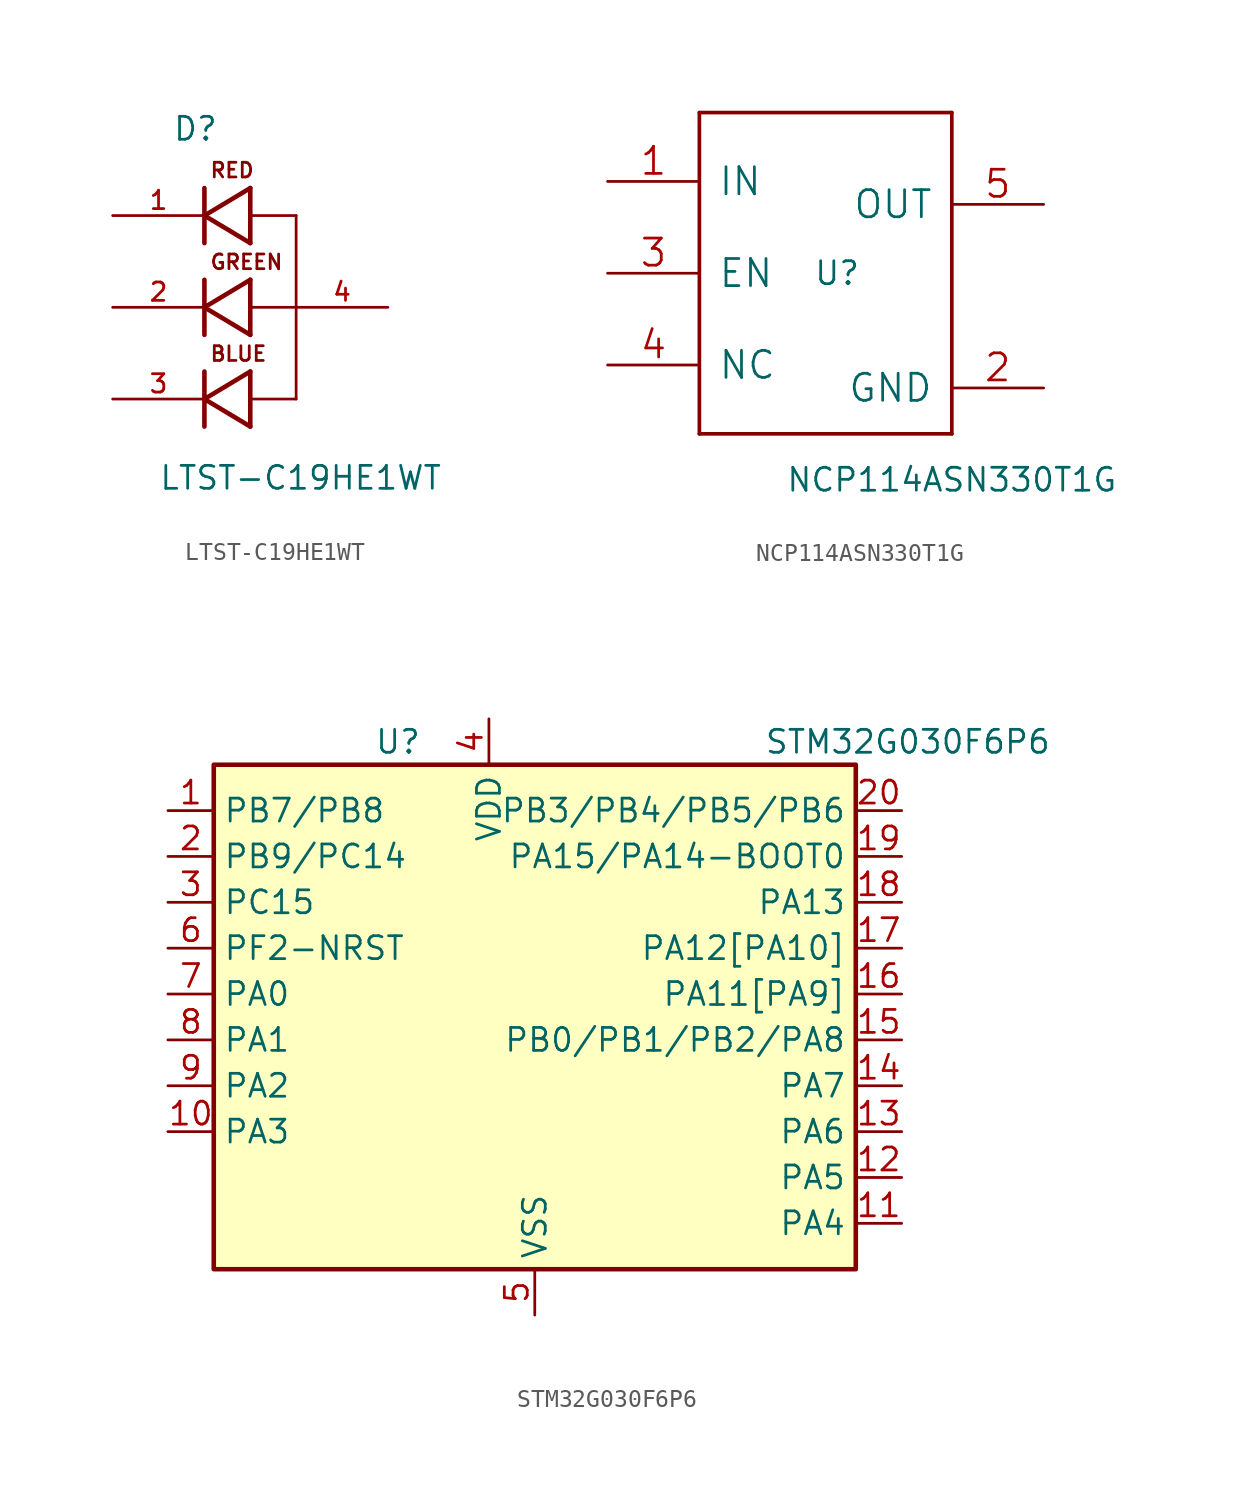
<source format=kicad_sym>
(kicad_symbol_lib
  (version 20220331)
  (generator kicad_symbol_editor)
  (symbol "LTST-C19HE1WT"
    (pin_names
      (offset 1.016) hide)
    (property "Reference" "D"
      (at -1.778 9.144 0)
      (effects (font (size 1.27 1.27)) (justify left bottom)))
    (property "Value" "LTST-C19HE1WT"
      (at -2.54 -10.185 0)
      (effects (font (size 1.27 1.27)) (justify left bottom)))
    (symbol "LTST-C19HE1WT_0_0"
      (polyline (pts (xy 0 -6.604) (xy 0 -3.556)) (stroke (width 0.254) (type solid)) (fill (type none)))
      (polyline (pts (xy 0 -5.08) (xy 2.54 -6.604)) (stroke (width 0.254) (type solid)) (fill (type none)))
      (polyline (pts (xy 0 -1.524) (xy 0 1.524)) (stroke (width 0.254) (type solid)) (fill (type none)))
      (polyline (pts (xy 0 0) (xy 2.54 -1.524)) (stroke (width 0.254) (type solid)) (fill (type none)))
      (polyline (pts (xy 0 3.556) (xy 0 6.604)) (stroke (width 0.254) (type solid)) (fill (type none)))
      (polyline (pts (xy 0 5.08) (xy 2.54 3.556)) (stroke (width 0.254) (type solid)) (fill (type none)))
      (polyline (pts (xy 2.54 -6.604) (xy 2.54 -5.08)) (stroke (width 0.254) (type solid)) (fill (type none)))
      (polyline (pts (xy 2.54 -5.08) (xy 2.54 -3.556)) (stroke (width 0.254) (type solid)) (fill (type none)))
      (polyline (pts (xy 2.54 -5.08) (xy 5.08 -5.08)) (stroke (width 0.152) (type solid)) (fill (type none)))
      (polyline (pts (xy 2.54 -3.556) (xy 0 -5.08)) (stroke (width 0.254) (type solid)) (fill (type none)))
      (polyline (pts (xy 2.54 -1.524) (xy 2.54 0)) (stroke (width 0.254) (type solid)) (fill (type none)))
      (polyline (pts (xy 2.54 0) (xy 2.54 1.524)) (stroke (width 0.254) (type solid)) (fill (type none)))
      (polyline (pts (xy 2.54 1.524) (xy 0 0)) (stroke (width 0.254) (type solid)) (fill (type none)))
      (polyline (pts (xy 2.54 3.556) (xy 2.54 5.08)) (stroke (width 0.254) (type solid)) (fill (type none)))
      (polyline (pts (xy 2.54 5.08) (xy 2.54 6.604)) (stroke (width 0.254) (type solid)) (fill (type none)))
      (polyline (pts (xy 2.54 6.604) (xy 0 5.08)) (stroke (width 0.254) (type solid)) (fill (type none)))
      (polyline (pts (xy 5.08 -5.08) (xy 5.08 0)) (stroke (width 0.152) (type solid)) (fill (type none)))
      (polyline (pts (xy 5.08 0) (xy 2.54 0)) (stroke (width 0.152) (type solid)) (fill (type none)))
      (polyline (pts (xy 5.08 0) (xy 5.08 5.08)) (stroke (width 0.152) (type solid)) (fill (type none)))
      (polyline (pts (xy 5.08 5.08) (xy 2.54 5.08)) (stroke (width 0.152) (type solid)) (fill (type none)))
      (text "BLUE" (at 0.254 -3.048 0) (effects (font (size 0.813 0.813)) (justify left bottom)))
      (text "GREEN" (at 0.254 2.032 0) (effects (font (size 0.813 0.813)) (justify left bottom)))
      (text "RED" (at 0.254 7.112 0) (effects (font (size 0.813 0.813)) (justify left bottom)))
      (pin passive line (at -5.08 5.08 0) (length 5.08) (name "~" (effects (font (size 1.016 1.016)))) (number "1" (effects (font (size 1.016 1.016)))))
      (pin passive line (at -5.08 0 0) (length 5.08) (name "~" (effects (font (size 1.016 1.016)))) (number "2" (effects (font (size 1.016 1.016)))))
      (pin passive line (at -5.08 -5.08 0) (length 5.08) (name "~" (effects (font (size 1.016 1.016)))) (number "3" (effects (font (size 1.016 1.016)))))
      (pin passive line (at 10.16 0 180) (length 5.08) (name "~" (effects (font (size 1.016 1.016)))) (number "4" (effects (font (size 1.016 1.016)))))))
  (symbol "NCP114ASN330T1G"
    (pin_names
      (offset 1.016))
    (property "Reference" "U"
      (at 0 0 0)
      (effects (font (size 1.27 1.27))))
    (property "Value" "NCP114ASN330T1G"
      (at 6.35 -11.43 0)
      (effects (font (size 1.27 1.27))))
    (symbol "NCP114ASN330T1G_1_1"
      (polyline (pts (xy -7.62 -8.89) (xy 6.35 -8.89)) (stroke (width 0.203) (type solid)) (fill (type none)))
      (polyline (pts (xy -7.62 8.89) (xy -7.62 -8.89)) (stroke (width 0.203) (type solid)) (fill (type none)))
      (polyline (pts (xy 6.35 -8.89) (xy 6.35 8.89)) (stroke (width 0.203) (type solid)) (fill (type none)))
      (polyline (pts (xy 6.35 8.89) (xy -7.62 8.89)) (stroke (width 0.203) (type solid)) (fill (type none)))
      (pin power_in line (at -12.7 5.08 0) (length 5.08) (name "IN" (effects (font (size 1.499 1.499)))) (number "1" (effects (font (size 1.499 1.499)))))
      (pin power_in line (at 11.43 -6.35 180) (length 5.08) (name "GND" (effects (font (size 1.499 1.499)))) (number "2" (effects (font (size 1.499 1.499)))))
      (pin input line (at -12.7 0 0) (length 5.08) (name "EN" (effects (font (size 1.499 1.499)))) (number "3" (effects (font (size 1.499 1.499)))))
      (pin passive line (at -12.7 -5.08 0) (length 5.08) (name "NC" (effects (font (size 1.499 1.499)))) (number "4" (effects (font (size 1.499 1.499)))))
      (pin power_out line (at 11.43 3.81 180) (length 5.08) (name "OUT" (effects (font (size 1.499 1.499)))) (number "5" (effects (font (size 1.499 1.499)))))))
  (symbol "STM32G030F6P6"
    (property "Reference" "U"
      (at -8.89 16.51 0)
      (effects (font (size 1.27 1.27)) (justify left)))
    (property "Value" "STM32G030F6P6"
      (at 12.7 16.51 0)
      (effects (font (size 1.27 1.27)) (justify left)))
    (symbol "STM32G030F6P6_0_1"
      (rectangle (start -17.78 15.24) (end 17.78 -12.7) (stroke (width 0.254) (type solid)) (fill (type background))))
    (symbol "STM32G030F6P6_1_1"
      (pin bidirectional line (at -20.32 12.7 0) (length 2.54) (name "PB7/PB8" (effects (font (size 1.27 1.27)))) (number "1" (effects (font (size 1.27 1.27)))))
      (pin bidirectional line (at -20.32 -5.08 0) (length 2.54) (name "PA3" (effects (font (size 1.27 1.27)))) (number "10" (effects (font (size 1.27 1.27)))))
      (pin bidirectional line (at 20.32 -10.16 180) (length 2.54) (name "PA4" (effects (font (size 1.27 1.27)))) (number "11" (effects (font (size 1.27 1.27)))))
      (pin bidirectional line (at 20.32 -7.62 180) (length 2.54) (name "PA5" (effects (font (size 1.27 1.27)))) (number "12" (effects (font (size 1.27 1.27)))))
      (pin bidirectional line (at 20.32 -5.08 180) (length 2.54) (name "PA6" (effects (font (size 1.27 1.27)))) (number "13" (effects (font (size 1.27 1.27)))))
      (pin bidirectional line (at 20.32 -2.54 180) (length 2.54) (name "PA7" (effects (font (size 1.27 1.27)))) (number "14" (effects (font (size 1.27 1.27)))))
      (pin bidirectional line (at 20.32 0 180) (length 2.54) (name "PB0/PB1/PB2/PA8" (effects (font (size 1.27 1.27)))) (number "15" (effects (font (size 1.27 1.27)))))
      (pin bidirectional line (at 20.32 2.54 180) (length 2.54) (name "PA11[PA9]" (effects (font (size 1.27 1.27)))) (number "16" (effects (font (size 1.27 1.27)))))
      (pin bidirectional line (at 20.32 5.08 180) (length 2.54) (name "PA12[PA10]" (effects (font (size 1.27 1.27)))) (number "17" (effects (font (size 1.27 1.27)))))
      (pin bidirectional line (at 20.32 7.62 180) (length 2.54) (name "PA13" (effects (font (size 1.27 1.27)))) (number "18" (effects (font (size 1.27 1.27)))))
      (pin bidirectional line (at 20.32 10.16 180) (length 2.54) (name "PA15/PA14-BOOT0" (effects (font (size 1.27 1.27)))) (number "19" (effects (font (size 1.27 1.27)))))
      (pin bidirectional line (at -20.32 10.16 0) (length 2.54) (name "PB9/PC14" (effects (font (size 1.27 1.27)))) (number "2" (effects (font (size 1.27 1.27)))))
      (pin bidirectional line (at 20.32 12.7 180) (length 2.54) (name "PB3/PB4/PB5/PB6" (effects (font (size 1.27 1.27)))) (number "20" (effects (font (size 1.27 1.27)))))
      (pin bidirectional line (at -20.32 7.62 0) (length 2.54) (name "PC15" (effects (font (size 1.27 1.27)))) (number "3" (effects (font (size 1.27 1.27)))))
      (pin power_in line (at -2.54 17.78 270) (length 2.54) (name "VDD" (effects (font (size 1.27 1.27)))) (number "4" (effects (font (size 1.27 1.27)))))
      (pin power_in line (at 0 -15.24 90) (length 2.54) (name "VSS" (effects (font (size 1.27 1.27)))) (number "5" (effects (font (size 1.27 1.27)))))
      (pin bidirectional line (at -20.32 5.08 0) (length 2.54) (name "PF2-NRST" (effects (font (size 1.27 1.27)))) (number "6" (effects (font (size 1.27 1.27)))))
      (pin bidirectional line (at -20.32 2.54 0) (length 2.54) (name "PA0" (effects (font (size 1.27 1.27)))) (number "7" (effects (font (size 1.27 1.27)))))
      (pin bidirectional line (at -20.32 0 0) (length 2.54) (name "PA1" (effects (font (size 1.27 1.27)))) (number "8" (effects (font (size 1.27 1.27)))))
      (pin bidirectional line (at -20.32 -2.54 0) (length 2.54) (name "PA2" (effects (font (size 1.27 1.27)))) (number "9" (effects (font (size 1.27 1.27))))))))
</source>
